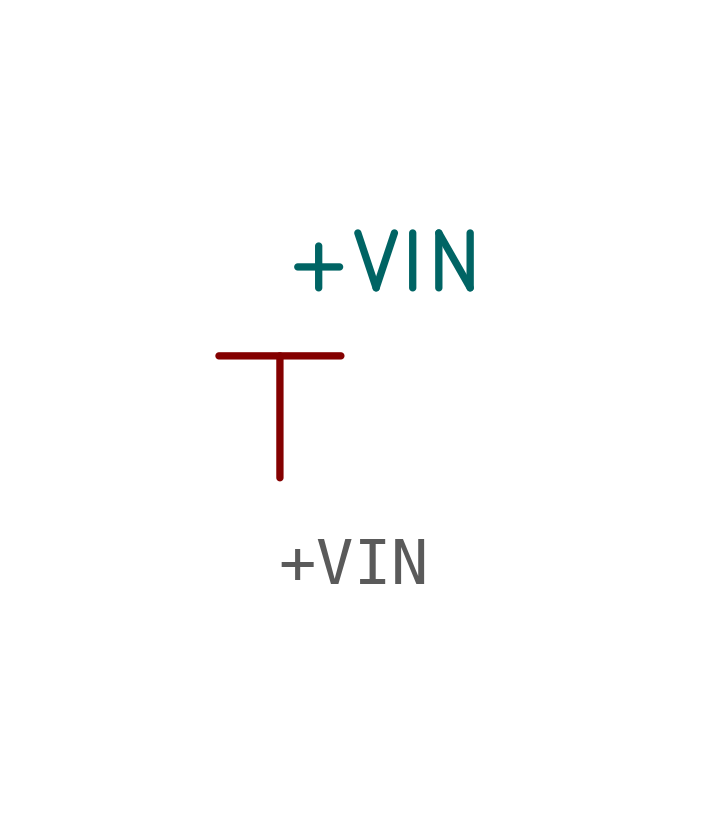
<source format=kicad_sym>
(kicad_symbol_lib
  (version 20211014)
  (generator kicad_symbol_editor)
  (symbol "+VIN"
    (power)
    (pin_numbers hide)
    (pin_names
      (offset 1.016) hide)
    (property "Reference" "#SUPPLY"
      (at 0 0 0)
      (effects (font (size 1.143 1.143)) (justify left bottom) hide))
    (property "Value" "+VIN"
      (at 0 3.81 0)
      (effects (font (size 1.143 1.143)) (justify left bottom)))
    (property "ki_locked" ""
      (at 0 0 0)
      (effects (font (size 1.27 1.27))))
    (symbol "+VIN_1_0"
      (polyline (pts (xy -1.27 2.54) (xy 1.27 2.54)) (stroke (width 0) (type default) (color 0 0 0 0)) (fill (type none)))
      (polyline (pts (xy 0 0) (xy 0 2.54)) (stroke (width 0) (type default) (color 0 0 0 0)) (fill (type none))))
    (symbol "+VIN_1_1"
      (pin power_in line (at 0 0 90) (length 2.54) hide (name "+VIN" (effects (font (size 1.016 1.016)))) (number "~" (effects (font (size 1.016 1.016))))))))
</source>
